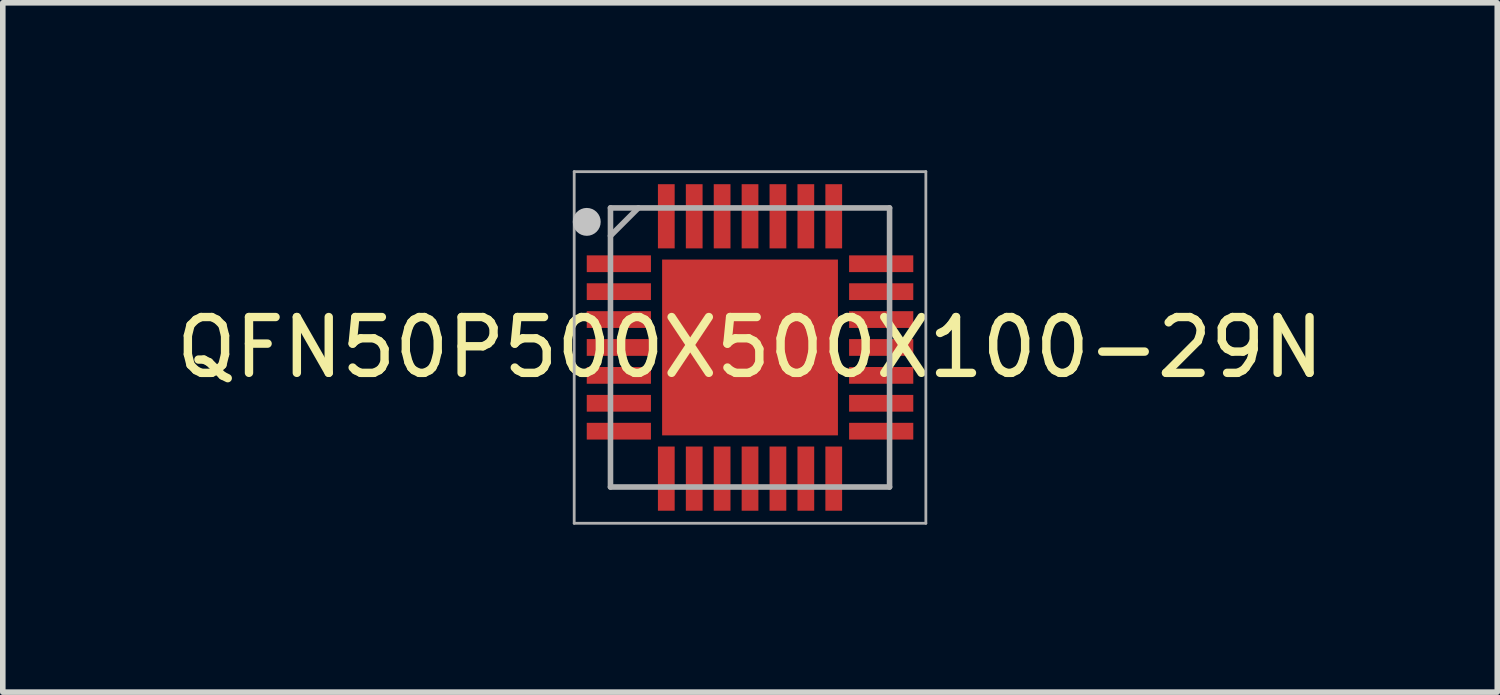
<source format=kicad_pcb>
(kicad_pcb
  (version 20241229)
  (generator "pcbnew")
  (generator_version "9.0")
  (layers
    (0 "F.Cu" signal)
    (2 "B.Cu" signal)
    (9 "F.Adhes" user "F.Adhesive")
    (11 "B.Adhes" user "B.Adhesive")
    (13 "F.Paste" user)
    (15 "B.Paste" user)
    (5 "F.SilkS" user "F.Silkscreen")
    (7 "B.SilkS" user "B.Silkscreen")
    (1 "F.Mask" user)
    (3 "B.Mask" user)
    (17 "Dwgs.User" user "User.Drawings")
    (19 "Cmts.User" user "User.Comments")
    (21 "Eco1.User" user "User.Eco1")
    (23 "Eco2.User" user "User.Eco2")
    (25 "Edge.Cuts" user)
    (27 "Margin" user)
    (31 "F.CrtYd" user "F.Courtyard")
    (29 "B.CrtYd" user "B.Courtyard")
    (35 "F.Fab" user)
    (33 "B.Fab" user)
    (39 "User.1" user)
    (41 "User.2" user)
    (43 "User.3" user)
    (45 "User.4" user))
  (footprint "QFN50P500X500X100-29N"
    (layer "F.Cu")
    (at 10.387 3.175)
    (property "Reference" "QFN50P500X500X100-29N" (at 0 0 0) (layer "F.SilkS") (effects (font (size 1 1) (thickness 0.15))))
    (attr smd)
    (fp_circle (center -2.925 -2.25) (end -2.8 -2.25) (stroke (width 0.25) (type solid)) (fill no) (layer "Dwgs.User"))
    (fp_line (start -3.15 -3.15) (end 3.15 -3.15) (stroke (width 0.05) (type solid)) (layer "F.Fab"))
    (fp_line (start -3.15 3.15) (end -3.15 -3.15) (stroke (width 0.05) (type solid)) (layer "F.Fab"))
    (fp_line (start -2.5 -2.5) (end 2.5 -2.5) (stroke (width 0.1) (type solid)) (layer "F.Fab"))
    (fp_line (start -2.5 -2) (end -2 -2.5) (stroke (width 0.1) (type solid)) (layer "F.Fab"))
    (fp_line (start -2.5 2.5) (end -2.5 -2.5) (stroke (width 0.1) (type solid)) (layer "F.Fab"))
    (fp_line (start 2.5 -2.5) (end 2.5 2.5) (stroke (width 0.1) (type solid)) (layer "F.Fab"))
    (fp_line (start 2.5 2.5) (end -2.5 2.5) (stroke (width 0.1) (type solid)) (layer "F.Fab"))
    (fp_line (start 3.15 -3.15) (end 3.15 3.15) (stroke (width 0.05) (type solid)) (layer "F.Fab"))
    (fp_line (start 3.15 3.15) (end -3.15 3.15) (stroke (width 0.05) (type solid)) (layer "F.Fab"))
    (pad "1" smd rect (at -2.35 -1.5) (size 1.15 0.3) (layers "F.Cu" "F.Mask" "F.Paste"))
    (pad "2" smd rect (at -2.35 -1) (size 1.15 0.3) (layers "F.Cu" "F.Mask" "F.Paste"))
    (pad "3" smd rect (at -2.35 -0.5) (size 1.15 0.3) (layers "F.Cu" "F.Mask" "F.Paste"))
    (pad "4" smd rect (at -2.35 0) (size 1.15 0.3) (layers "F.Cu" "F.Mask" "F.Paste"))
    (pad "5" smd rect (at -2.35 0.5) (size 1.15 0.3) (layers "F.Cu" "F.Mask" "F.Paste"))
    (pad "6" smd rect (at -2.35 1) (size 1.15 0.3) (layers "F.Cu" "F.Mask" "F.Paste"))
    (pad "7" smd rect (at -2.35 1.5) (size 1.15 0.3) (layers "F.Cu" "F.Mask" "F.Paste"))
    (pad "8" smd rect (at -1.5 2.35 90) (size 1.15 0.3) (layers "F.Cu" "F.Mask" "F.Paste"))
    (pad "9" smd rect (at -1 2.35 90) (size 1.15 0.3) (layers "F.Cu" "F.Mask" "F.Paste"))
    (pad "10" smd rect (at -0.5 2.35 90) (size 1.15 0.3) (layers "F.Cu" "F.Mask" "F.Paste"))
    (pad "11" smd rect (at 0 2.35 90) (size 1.15 0.3) (layers "F.Cu" "F.Mask" "F.Paste"))
    (pad "12" smd rect (at 0.5 2.35 90) (size 1.15 0.3) (layers "F.Cu" "F.Mask" "F.Paste"))
    (pad "13" smd rect (at 1 2.35 90) (size 1.15 0.3) (layers "F.Cu" "F.Mask" "F.Paste"))
    (pad "14" smd rect (at 1.5 2.35 90) (size 1.15 0.3) (layers "F.Cu" "F.Mask" "F.Paste"))
    (pad "15" smd rect (at 2.35 1.5) (size 1.15 0.3) (layers "F.Cu" "F.Mask" "F.Paste"))
    (pad "16" smd rect (at 2.35 1) (size 1.15 0.3) (layers "F.Cu" "F.Mask" "F.Paste"))
    (pad "17" smd rect (at 2.35 0.5) (size 1.15 0.3) (layers "F.Cu" "F.Mask" "F.Paste"))
    (pad "18" smd rect (at 2.35 0) (size 1.15 0.3) (layers "F.Cu" "F.Mask" "F.Paste"))
    (pad "19" smd rect (at 2.35 -0.5) (size 1.15 0.3) (layers "F.Cu" "F.Mask" "F.Paste"))
    (pad "20" smd rect (at 2.35 -1) (size 1.15 0.3) (layers "F.Cu" "F.Mask" "F.Paste"))
    (pad "21" smd rect (at 2.35 -1.5) (size 1.15 0.3) (layers "F.Cu" "F.Mask" "F.Paste"))
    (pad "22" smd rect (at 1.5 -2.35 90) (size 1.15 0.3) (layers "F.Cu" "F.Mask" "F.Paste"))
    (pad "23" smd rect (at 1 -2.35 90) (size 1.15 0.3) (layers "F.Cu" "F.Mask" "F.Paste"))
    (pad "24" smd rect (at 0.5 -2.35 90) (size 1.15 0.3) (layers "F.Cu" "F.Mask" "F.Paste"))
    (pad "25" smd rect (at 0 -2.35 90) (size 1.15 0.3) (layers "F.Cu" "F.Mask" "F.Paste"))
    (pad "26" smd rect (at -0.5 -2.35 90) (size 1.15 0.3) (layers "F.Cu" "F.Mask" "F.Paste"))
    (pad "27" smd rect (at -1 -2.35 90) (size 1.15 0.3) (layers "F.Cu" "F.Mask" "F.Paste"))
    (pad "28" smd rect (at -1.5 -2.35 90) (size 1.15 0.3) (layers "F.Cu" "F.Mask" "F.Paste"))
    (pad "29" smd rect (at 0 0 90) (size 3.15 3.15) (layers "F.Cu" "F.Mask" "F.Paste")))
  (gr_rect
    (start -3 -3)
    (end 23.774 9.35)
    (stroke (width 0.1) (type default))
    (fill no)
    (layer "Edge.Cuts")))
</source>
